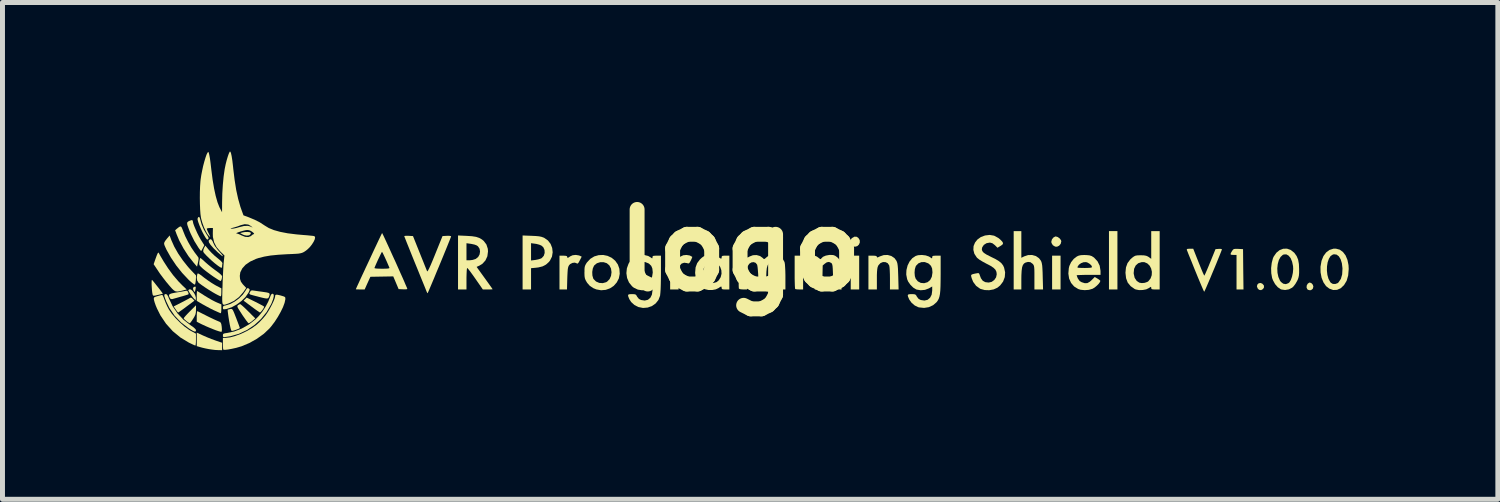
<source format=kicad_pcb>
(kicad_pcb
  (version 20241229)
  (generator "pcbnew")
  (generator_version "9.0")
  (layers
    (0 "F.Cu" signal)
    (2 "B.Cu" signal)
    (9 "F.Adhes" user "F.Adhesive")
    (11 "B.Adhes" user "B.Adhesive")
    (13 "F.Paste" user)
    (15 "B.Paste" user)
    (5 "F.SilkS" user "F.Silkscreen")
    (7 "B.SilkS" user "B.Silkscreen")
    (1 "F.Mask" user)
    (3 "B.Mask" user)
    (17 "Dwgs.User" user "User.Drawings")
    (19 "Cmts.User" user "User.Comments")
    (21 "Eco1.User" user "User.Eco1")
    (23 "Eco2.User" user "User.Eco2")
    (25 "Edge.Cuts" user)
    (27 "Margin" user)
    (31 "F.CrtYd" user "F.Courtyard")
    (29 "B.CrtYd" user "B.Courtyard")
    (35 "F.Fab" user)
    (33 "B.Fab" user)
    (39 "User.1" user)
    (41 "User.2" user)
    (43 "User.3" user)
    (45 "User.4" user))
  (footprint "logo"
    (layer "F.Cu")
    (at 11.838 1.985)
    (property "Reference" "logo" (at 0 0 0) (layer "F.SilkS") (effects (font (size 1.5 1.5) (thickness 0.3))))
    (attr board_only exclude_from_pos_files exclude_from_bom)
    (fp_poly (pts (xy 2.396 0.448) (xy 2.396 0.788) (xy 2.311 0.788) (xy 2.226 0.788) (xy 2.226 0.448) (xy 2.226 0.108) (xy 2.311 0.108) (xy 2.396 0.108)) (stroke (width 0) (type solid)) (fill yes) (layer "F.SilkS"))
    (fp_poly (pts (xy 6.447 0.448) (xy 6.447 0.788) (xy 6.362 0.788) (xy 6.277 0.788) (xy 6.277 0.448) (xy 6.277 0.108) (xy 6.362 0.108) (xy 6.447 0.108)) (stroke (width 0) (type solid)) (fill yes) (layer "F.SilkS"))
    (fp_poly (pts (xy 7.591 0.201) (xy 7.591 0.788) (xy 7.506 0.788) (xy 7.421 0.788) (xy 7.421 0.201) (xy 7.421 -0.386) (xy 7.506 -0.386) (xy 7.591 -0.386)) (stroke (width 0) (type solid)) (fill yes) (layer "F.SilkS"))
    (fp_poly (pts (xy -10.95 0.741) (xy -10.953 0.773) (xy -10.957 0.794) (xy -10.965 0.83) (xy -10.973 0.838) (xy -10.985 0.824) (xy -10.988 0.82) (xy -11.006 0.776) (xy -10.998 0.746) (xy -10.982 0.736) (xy -10.959 0.73)) (stroke (width 0) (type solid)) (fill yes) (layer "F.SilkS"))
    (fp_poly (pts (xy 10.506 0.672) (xy 10.537 0.706) (xy 10.54 0.746) (xy 10.519 0.78) (xy 10.48 0.802) (xy 10.44 0.795) (xy 10.412 0.767) (xy 10.397 0.724) (xy 10.407 0.688) (xy 10.434 0.663) (xy 10.473 0.658)) (stroke (width 0) (type solid)) (fill yes) (layer "F.SilkS"))
    (fp_poly (pts (xy -9.862 -0.363) (xy -9.857 -0.362) (xy -9.841 -0.348) (xy -9.849 -0.323) (xy -9.877 -0.301) (xy -9.922 -0.295) (xy -9.976 -0.305) (xy -10.01 -0.32) (xy -10.056 -0.346) (xy -10.018 -0.357) (xy -9.964 -0.367) (xy -9.907 -0.369)) (stroke (width 0) (type solid)) (fill yes) (layer "F.SilkS"))
    (fp_poly (pts (xy 11.496 0.663) (xy 11.523 0.695) (xy 11.533 0.732) (xy 11.52 0.776) (xy 11.486 0.801) (xy 11.463 0.804) (xy 11.428 0.796) (xy 11.412 0.785) (xy 11.396 0.75) (xy 11.399 0.709) (xy 11.419 0.672) (xy 11.45 0.651) (xy 11.463 0.649)) (stroke (width 0) (type solid)) (fill yes) (layer "F.SilkS"))
    (fp_poly (pts (xy 2.345 -0.272) (xy 2.381 -0.247) (xy 2.407 -0.204) (xy 2.409 -0.157) (xy 2.391 -0.115) (xy 2.358 -0.084) (xy 2.314 -0.072) (xy 2.277 -0.078) (xy 2.235 -0.108) (xy 2.214 -0.151) (xy 2.218 -0.199) (xy 2.246 -0.242) (xy 2.251 -0.246) (xy 2.301 -0.274)) (stroke (width 0) (type solid)) (fill yes) (layer "F.SilkS"))
    (fp_poly (pts (xy -11.043 0.792) (xy -11.013 0.82) (xy -10.983 0.862) (xy -10.96 0.908) (xy -10.948 0.951) (xy -10.948 0.967) (xy -10.953 1.007) (xy -10.994 0.964) (xy -11.024 0.928) (xy -11.055 0.884) (xy -11.082 0.842) (xy -11.098 0.811) (xy -11.1 0.802) (xy -11.087 0.791) (xy -11.07 0.784)) (stroke (width 0) (type solid)) (fill yes) (layer "F.SilkS"))
    (fp_poly (pts (xy 6.39 -0.267) (xy 6.429 -0.239) (xy 6.456 -0.203) (xy 6.462 -0.18) (xy 6.45 -0.13) (xy 6.418 -0.092) (xy 6.376 -0.072) (xy 6.338 -0.074) (xy 6.292 -0.102) (xy 6.265 -0.147) (xy 6.261 -0.172) (xy 6.273 -0.218) (xy 6.302 -0.256) (xy 6.34 -0.277) (xy 6.352 -0.278)) (stroke (width 0) (type solid)) (fill yes) (layer "F.SilkS"))
    (fp_poly (pts (xy 10.008 -0.028) (xy 10.022 -0.028) (xy 10.118 -0.023) (xy 10.122 0.383) (xy 10.127 0.788) (xy 10.057 0.788) (xy 9.987 0.788) (xy 9.987 0.441) (xy 9.987 0.093) (xy 9.925 0.093) (xy 9.884 0.091) (xy 9.867 0.081) (xy 9.872 0.057) (xy 9.894 0.019) (xy 9.913 -0.009) (xy 9.932 -0.024) (xy 9.96 -0.029)) (stroke (width 0) (type solid)) (fill yes) (layer "F.SilkS"))
    (fp_poly (pts (xy -10.802 1.715) (xy -10.724 1.749) (xy -10.635 1.785) (xy -10.555 1.814) (xy -10.547 1.817) (xy -10.42 1.86) (xy -10.42 1.935) (xy -10.42 2.01) (xy -10.501 2.008) (xy -10.56 2.005) (xy -10.632 1.996) (xy -10.69 1.987) (xy -10.757 1.974) (xy -10.821 1.959) (xy -10.864 1.947) (xy -10.93 1.928) (xy -10.93 1.792) (xy -10.93 1.656)) (stroke (width 0) (type solid)) (fill yes) (layer "F.SilkS"))
    (fp_poly (pts (xy -10.637 -0.218) (xy -10.612 -0.183) (xy -10.6 -0.153) (xy -10.566 -0.086) (xy -10.509 -0.01) (xy -10.479 0.023) (xy -10.432 0.076) (xy -10.407 0.109) (xy -10.405 0.121) (xy -10.423 0.112) (xy -10.462 0.081) (xy -10.512 0.037) (xy -10.595 -0.044) (xy -10.652 -0.109) (xy -10.685 -0.159) (xy -10.691 -0.192) (xy -10.688 -0.198) (xy -10.662 -0.223)) (stroke (width 0) (type solid)) (fill yes) (layer "F.SilkS"))
    (fp_poly (pts (xy -11.03 0.96) (xy -11.01 0.979) (xy -10.977 1.014) (xy -11.137 1.133) (xy -11.197 1.178) (xy -11.249 1.215) (xy -11.286 1.241) (xy -11.304 1.252) (xy -11.305 1.252) (xy -11.317 1.241) (xy -11.339 1.211) (xy -11.353 1.191) (xy -11.394 1.129) (xy -11.251 1.057) (xy -11.188 1.025) (xy -11.132 0.995) (xy -11.091 0.973) (xy -11.076 0.964) (xy -11.051 0.952)) (stroke (width 0) (type solid)) (fill yes) (layer "F.SilkS"))
    (fp_poly (pts (xy -9.754 1.036) (xy -9.687 1.07) (xy -9.632 1.099) (xy -9.592 1.121) (xy -9.575 1.133) (xy -9.574 1.133) (xy -9.579 1.151) (xy -9.596 1.182) (xy -9.621 1.216) (xy -9.644 1.242) (xy -9.659 1.251) (xy -9.675 1.242) (xy -9.71 1.218) (xy -9.761 1.182) (xy -9.82 1.138) (xy -9.829 1.132) (xy -9.987 1.014) (xy -9.956 0.983) (xy -9.925 0.952)) (stroke (width 0) (type solid)) (fill yes) (layer "F.SilkS"))
    (fp_poly (pts (xy -10.945 1.197) (xy -10.948 1.252) (xy -10.958 1.296) (xy -10.98 1.341) (xy -11.003 1.378) (xy -11.033 1.423) (xy -11.057 1.455) (xy -11.07 1.468) (xy -11.07 1.469) (xy -11.087 1.46) (xy -11.119 1.439) (xy -11.136 1.426) (xy -11.169 1.397) (xy -11.19 1.374) (xy -11.192 1.368) (xy -11.182 1.351) (xy -11.154 1.318) (xy -11.113 1.274) (xy -11.069 1.229) (xy -10.945 1.106)) (stroke (width 0) (type solid)) (fill yes) (layer "F.SilkS"))
    (fp_poly (pts (xy -10.875 -0.665) (xy -10.863 -0.632) (xy -10.861 -0.622) (xy -10.832 -0.519) (xy -10.786 -0.412) (xy -10.734 -0.323) (xy -10.705 -0.278) (xy -10.692 -0.25) (xy -10.694 -0.232) (xy -10.701 -0.222) (xy -10.714 -0.215) (xy -10.729 -0.223) (xy -10.75 -0.25) (xy -10.779 -0.298) (xy -10.813 -0.361) (xy -10.847 -0.433) (xy -10.877 -0.505) (xy -10.9 -0.568) (xy -10.913 -0.617) (xy -10.914 -0.633) (xy -10.904 -0.661) (xy -10.893 -0.67)) (stroke (width 0) (type solid)) (fill yes) (layer "F.SilkS"))
    (fp_poly (pts (xy -10.04 1.093) (xy -10.007 1.121) (xy -9.961 1.163) (xy -9.907 1.216) (xy -9.896 1.227) (xy -9.752 1.371) (xy -9.811 1.42) (xy -9.849 1.448) (xy -9.877 1.466) (xy -9.886 1.468) (xy -9.9 1.456) (xy -9.927 1.422) (xy -9.963 1.372) (xy -10.006 1.311) (xy -10.015 1.297) (xy -10.06 1.227) (xy -10.091 1.179) (xy -10.108 1.147) (xy -10.113 1.126) (xy -10.109 1.114) (xy -10.1 1.104) (xy -10.071 1.087) (xy -10.056 1.083)) (stroke (width 0) (type solid)) (fill yes) (layer "F.SilkS"))
    (fp_poly (pts (xy -11.83 0.595) (xy -11.81 0.617) (xy -11.779 0.655) (xy -11.742 0.702) (xy -11.702 0.752) (xy -11.665 0.8) (xy -11.635 0.84) (xy -11.616 0.866) (xy -11.613 0.873) (xy -11.629 0.878) (xy -11.667 0.888) (xy -11.713 0.899) (xy -11.765 0.911) (xy -11.795 0.914) (xy -11.809 0.909) (xy -11.816 0.895) (xy -11.818 0.89) (xy -11.825 0.853) (xy -11.831 0.802) (xy -11.835 0.745) (xy -11.838 0.688) (xy -11.838 0.639) (xy -11.836 0.606) (xy -11.831 0.595)) (stroke (width 0) (type solid)) (fill yes) (layer "F.SilkS"))
    (fp_poly (pts (xy -11.121 0.816) (xy -11.103 0.841) (xy -11.094 0.872) (xy -11.097 0.886) (xy -11.115 0.893) (xy -11.157 0.906) (xy -11.214 0.923) (xy -11.255 0.934) (xy -11.32 0.953) (xy -11.377 0.969) (xy -11.416 0.98) (xy -11.428 0.983) (xy -11.456 0.977) (xy -11.47 0.96) (xy -11.486 0.925) (xy -11.488 0.899) (xy -11.472 0.881) (xy -11.434 0.867) (xy -11.37 0.854) (xy -11.328 0.847) (xy -11.259 0.836) (xy -11.2 0.825) (xy -11.159 0.817) (xy -11.145 0.813)) (stroke (width 0) (type solid)) (fill yes) (layer "F.SilkS"))
    (fp_poly (pts (xy -11.528 0.892) (xy -11.506 0.927) (xy -11.489 0.97) (xy -11.416 1.125) (xy -11.317 1.27) (xy -11.196 1.398) (xy -11.056 1.507) (xy -11.053 1.509) (xy -10.989 1.554) (xy -10.954 1.588) (xy -10.945 1.609) (xy -10.95 1.63) (xy -10.966 1.636) (xy -10.997 1.626) (xy -11.047 1.598) (xy -11.093 1.568) (xy -11.247 1.45) (xy -11.376 1.314) (xy -11.48 1.161) (xy -11.543 1.029) (xy -11.569 0.962) (xy -11.582 0.919) (xy -11.582 0.894) (xy -11.569 0.883) (xy -11.549 0.881)) (stroke (width 0) (type solid)) (fill yes) (layer "F.SilkS"))
    (fp_poly (pts (xy -11.239 -0.47) (xy -11.221 -0.432) (xy -11.208 -0.398) (xy -11.163 -0.286) (xy -11.104 -0.168) (xy -11.04 -0.056) (xy -10.976 0.038) (xy -10.975 0.04) (xy -10.939 0.087) (xy -10.911 0.125) (xy -10.896 0.147) (xy -10.895 0.149) (xy -10.893 0.171) (xy -10.898 0.212) (xy -10.905 0.246) (xy -10.924 0.329) (xy -10.99 0.253) (xy -11.097 0.118) (xy -11.196 -0.036) (xy -11.282 -0.196) (xy -11.333 -0.317) (xy -11.365 -0.403) (xy -11.329 -0.434) (xy -11.286 -0.468) (xy -11.259 -0.481)) (stroke (width 0) (type solid)) (fill yes) (layer "F.SilkS"))
    (fp_poly (pts (xy -10.908 0.827) (xy -10.873 0.849) (xy -10.823 0.88) (xy -10.774 0.912) (xy -10.703 0.955) (xy -10.629 0.998) (xy -10.563 1.032) (xy -10.533 1.046) (xy -10.435 1.089) (xy -10.435 1.178) (xy -10.437 1.226) (xy -10.442 1.258) (xy -10.447 1.267) (xy -10.465 1.26) (xy -10.504 1.243) (xy -10.557 1.219) (xy -10.584 1.207) (xy -10.659 1.17) (xy -10.741 1.126) (xy -10.813 1.086) (xy -10.819 1.083) (xy -10.93 1.017) (xy -10.93 0.918) (xy -10.929 0.867) (xy -10.926 0.832) (xy -10.923 0.819)) (stroke (width 0) (type solid)) (fill yes) (layer "F.SilkS"))
    (fp_poly (pts (xy -10.683 -0.004) (xy -10.631 0.052) (xy -10.568 0.112) (xy -10.507 0.162) (xy -10.459 0.202) (xy -10.426 0.236) (xy -10.413 0.258) (xy -10.413 0.26) (xy -10.418 0.292) (xy -10.42 0.318) (xy -10.422 0.344) (xy -10.432 0.352) (xy -10.454 0.344) (xy -10.495 0.317) (xy -10.515 0.302) (xy -10.569 0.26) (xy -10.627 0.21) (xy -10.684 0.157) (xy -10.735 0.107) (xy -10.774 0.065) (xy -10.796 0.036) (xy -10.799 0.031) (xy -10.798 -0.003) (xy -10.785 -0.043) (xy -10.783 -0.046) (xy -10.758 -0.094)) (stroke (width 0) (type solid)) (fill yes) (layer "F.SilkS"))
    (fp_poly (pts (xy -9.893 0.764) (xy -9.879 0.773) (xy -9.867 0.785) (xy -9.868 0.805) (xy -9.883 0.84) (xy -9.892 0.857) (xy -9.95 0.94) (xy -10.031 1.02) (xy -10.126 1.09) (xy -10.228 1.146) (xy -10.329 1.18) (xy -10.346 1.183) (xy -10.384 1.188) (xy -10.4 1.182) (xy -10.404 1.161) (xy -10.404 1.155) (xy -10.399 1.129) (xy -10.379 1.115) (xy -10.346 1.108) (xy -10.258 1.081) (xy -10.166 1.032) (xy -10.078 0.967) (xy -10.002 0.891) (xy -9.948 0.812) (xy -9.926 0.775) (xy -9.911 0.761)) (stroke (width 0) (type solid)) (fill yes) (layer "F.SilkS"))
    (fp_poly (pts (xy -11.441 -0.204) (xy -11.383 -0.074) (xy -11.304 0.065) (xy -11.209 0.204) (xy -11.104 0.336) (xy -11.042 0.404) (xy -10.944 0.507) (xy -10.948 0.596) (xy -10.954 0.645) (xy -10.962 0.68) (xy -10.97 0.691) (xy -10.987 0.683) (xy -11.021 0.658) (xy -11.065 0.62) (xy -11.095 0.592) (xy -11.223 0.456) (xy -11.343 0.305) (xy -11.45 0.146) (xy -11.538 -0.01) (xy -11.564 -0.067) (xy -11.581 -0.106) (xy -11.587 -0.136) (xy -11.58 -0.164) (xy -11.559 -0.197) (xy -11.52 -0.246) (xy -11.513 -0.253) (xy -11.476 -0.298)) (stroke (width 0) (type solid)) (fill yes) (layer "F.SilkS"))
    (fp_poly (pts (xy -9.787 0.81) (xy -9.746 0.816) (xy -9.685 0.825) (xy -9.616 0.834) (xy -9.597 0.837) (xy -9.528 0.847) (xy -9.486 0.857) (xy -9.466 0.871) (xy -9.464 0.894) (xy -9.474 0.928) (xy -9.476 0.934) (xy -9.486 0.954) (xy -9.499 0.966) (xy -9.521 0.97) (xy -9.557 0.966) (xy -9.612 0.954) (xy -9.692 0.934) (xy -9.693 0.933) (xy -9.771 0.913) (xy -9.823 0.899) (xy -9.855 0.889) (xy -9.869 0.879) (xy -9.871 0.868) (xy -9.865 0.853) (xy -9.86 0.842) (xy -9.843 0.815) (xy -9.82 0.806)) (stroke (width 0) (type solid)) (fill yes) (layer "F.SilkS"))
    (fp_poly (pts (xy -11.694 0.052) (xy -11.692 0.056) (xy -11.682 0.076) (xy -11.66 0.116) (xy -11.628 0.17) (xy -11.595 0.226) (xy -11.505 0.365) (xy -11.405 0.501) (xy -11.3 0.624) (xy -11.219 0.707) (xy -11.133 0.788) (xy -11.19 0.803) (xy -11.262 0.822) (xy -11.314 0.83) (xy -11.353 0.827) (xy -11.387 0.809) (xy -11.426 0.773) (xy -11.476 0.717) (xy -11.483 0.708) (xy -11.543 0.637) (xy -11.608 0.553) (xy -11.67 0.47) (xy -11.697 0.43) (xy -11.797 0.28) (xy -11.759 0.17) (xy -11.734 0.102) (xy -11.716 0.061) (xy -11.703 0.046)) (stroke (width 0) (type solid)) (fill yes) (layer "F.SilkS"))
    (fp_poly (pts (xy -11.015 -0.603) (xy -11.007 -0.578) (xy -11.007 -0.573) (xy -11 -0.54) (xy -10.981 -0.487) (xy -10.953 -0.421) (xy -10.921 -0.349) (xy -10.886 -0.28) (xy -10.852 -0.219) (xy -10.841 -0.202) (xy -10.778 -0.102) (xy -10.808 -0.043) (xy -10.827 -0.007) (xy -10.84 0.013) (xy -10.843 0.015) (xy -10.853 0.004) (xy -10.876 -0.025) (xy -10.894 -0.05) (xy -10.977 -0.183) (xy -11.049 -0.328) (xy -11.074 -0.386) (xy -11.102 -0.46) (xy -11.119 -0.51) (xy -11.124 -0.543) (xy -11.119 -0.564) (xy -11.102 -0.579) (xy -11.079 -0.591) (xy -11.037 -0.607)) (stroke (width 0) (type solid)) (fill yes) (layer "F.SilkS"))
    (fp_poly (pts (xy -10.885 0.474) (xy -10.852 0.496) (xy -10.801 0.535) (xy -10.776 0.555) (xy -10.707 0.605) (xy -10.635 0.654) (xy -10.568 0.695) (xy -10.538 0.712) (xy -10.435 0.765) (xy -10.435 0.846) (xy -10.437 0.892) (xy -10.442 0.921) (xy -10.447 0.927) (xy -10.465 0.92) (xy -10.503 0.902) (xy -10.551 0.877) (xy -10.551 0.877) (xy -10.614 0.841) (xy -10.687 0.796) (xy -10.762 0.747) (xy -10.83 0.7) (xy -10.882 0.661) (xy -10.895 0.651) (xy -10.922 0.608) (xy -10.93 0.547) (xy -10.92 0.484) (xy -10.915 0.47) (xy -10.905 0.466)) (stroke (width 0) (type solid)) (fill yes) (layer "F.SilkS"))
    (fp_poly (pts (xy -10.223 1.182) (xy -10.209 1.195) (xy -10.194 1.222) (xy -10.174 1.269) (xy -10.147 1.338) (xy -10.137 1.363) (xy -10.11 1.435) (xy -10.087 1.495) (xy -10.071 1.54) (xy -10.064 1.562) (xy -10.064 1.564) (xy -10.077 1.574) (xy -10.11 1.588) (xy -10.152 1.604) (xy -10.194 1.617) (xy -10.224 1.623) (xy -10.227 1.623) (xy -10.237 1.608) (xy -10.25 1.566) (xy -10.265 1.498) (xy -10.28 1.413) (xy -10.292 1.337) (xy -10.301 1.272) (xy -10.307 1.224) (xy -10.308 1.199) (xy -10.308 1.197) (xy -10.29 1.19) (xy -10.256 1.182) (xy -10.238 1.179)) (stroke (width 0) (type solid)) (fill yes) (layer "F.SilkS"))
    (fp_poly (pts (xy -10.918 1.224) (xy -10.901 1.232) (xy -10.861 1.252) (xy -10.806 1.28) (xy -10.74 1.313) (xy -10.737 1.315) (xy -10.664 1.351) (xy -10.595 1.384) (xy -10.538 1.41) (xy -10.503 1.425) (xy -10.467 1.44) (xy -10.447 1.457) (xy -10.436 1.486) (xy -10.428 1.536) (xy -10.428 1.538) (xy -10.424 1.588) (xy -10.426 1.626) (xy -10.43 1.639) (xy -10.449 1.639) (xy -10.489 1.628) (xy -10.546 1.609) (xy -10.605 1.586) (xy -10.681 1.555) (xy -10.755 1.523) (xy -10.818 1.494) (xy -10.849 1.479) (xy -10.93 1.437) (xy -10.93 1.328) (xy -10.928 1.275) (xy -10.924 1.238) (xy -10.919 1.224)) (stroke (width 0) (type solid)) (fill yes) (layer "F.SilkS"))
    (fp_poly (pts (xy -10.843 0.164) (xy -10.812 0.19) (xy -10.77 0.228) (xy -10.756 0.241) (xy -10.698 0.291) (xy -10.627 0.348) (xy -10.557 0.401) (xy -10.541 0.412) (xy -10.486 0.453) (xy -10.445 0.489) (xy -10.422 0.516) (xy -10.42 0.523) (xy -10.425 0.564) (xy -10.435 0.599) (xy -10.449 0.618) (xy -10.451 0.618) (xy -10.469 0.61) (xy -10.505 0.588) (xy -10.556 0.555) (xy -10.6 0.526) (xy -10.667 0.478) (xy -10.734 0.428) (xy -10.79 0.384) (xy -10.812 0.365) (xy -10.852 0.327) (xy -10.874 0.301) (xy -10.881 0.275) (xy -10.879 0.242) (xy -10.877 0.225) (xy -10.869 0.184) (xy -10.861 0.158) (xy -10.858 0.155)) (stroke (width 0) (type solid)) (fill yes) (layer "F.SilkS"))
    (fp_poly (pts (xy -1.011 0.105) (xy -0.962 0.132) (xy -0.965 0.146) (xy -0.979 0.18) (xy -0.991 0.205) (xy -1.012 0.245) (xy -1.029 0.263) (xy -1.048 0.264) (xy -1.066 0.258) (xy -1.125 0.25) (xy -1.177 0.268) (xy -1.213 0.309) (xy -1.224 0.337) (xy -1.231 0.381) (xy -1.235 0.443) (xy -1.237 0.529) (xy -1.237 0.571) (xy -1.237 0.788) (xy -1.322 0.788) (xy -1.407 0.788) (xy -1.407 0.448) (xy -1.407 0.108) (xy -1.322 0.108) (xy -1.271 0.11) (xy -1.245 0.117) (xy -1.237 0.131) (xy -1.237 0.133) (xy -1.233 0.146) (xy -1.217 0.14) (xy -1.196 0.125) (xy -1.142 0.1) (xy -1.077 0.094)) (stroke (width 0) (type solid)) (fill yes) (layer "F.SilkS"))
    (fp_poly (pts (xy -9.384 0.886) (xy -9.38 0.922) (xy -9.393 0.98) (xy -9.422 1.057) (xy -9.436 1.088) (xy -9.525 1.243) (xy -9.638 1.383) (xy -9.771 1.504) (xy -9.921 1.604) (xy -10.083 1.68) (xy -10.254 1.729) (xy -10.323 1.74) (xy -10.37 1.746) (xy -10.394 1.744) (xy -10.403 1.733) (xy -10.404 1.712) (xy -10.401 1.689) (xy -10.387 1.676) (xy -10.353 1.668) (xy -10.324 1.664) (xy -10.176 1.633) (xy -10.026 1.575) (xy -9.883 1.494) (xy -9.754 1.394) (xy -9.683 1.324) (xy -9.613 1.238) (xy -9.548 1.139) (xy -9.494 1.038) (xy -9.456 0.945) (xy -9.453 0.936) (xy -9.435 0.892) (xy -9.412 0.874) (xy -9.405 0.873)) (stroke (width 0) (type solid)) (fill yes) (layer "F.SilkS"))
    (fp_poly (pts (xy -3.24 0.104) (xy -3.225 0.11) (xy -3.186 0.128) (xy -3.225 0.204) (xy -3.249 0.248) (xy -3.266 0.267) (xy -3.281 0.266) (xy -3.285 0.263) (xy -3.324 0.248) (xy -3.372 0.254) (xy -3.417 0.277) (xy -3.437 0.297) (xy -3.45 0.318) (xy -3.459 0.344) (xy -3.466 0.38) (xy -3.47 0.433) (xy -3.474 0.508) (xy -3.476 0.564) (xy -3.482 0.788) (xy -3.558 0.788) (xy -3.633 0.788) (xy -3.633 0.448) (xy -3.633 0.108) (xy -3.556 0.108) (xy -3.507 0.111) (xy -3.483 0.119) (xy -3.478 0.131) (xy -3.474 0.151) (xy -3.459 0.15) (xy -3.427 0.129) (xy -3.421 0.124) (xy -3.369 0.1) (xy -3.305 0.093)) (stroke (width 0) (type solid)) (fill yes) (layer "F.SilkS"))
    (fp_poly (pts (xy -11.614 0.91) (xy -11.598 0.945) (xy -11.58 0.994) (xy -11.554 1.06) (xy -11.52 1.135) (xy -11.49 1.191) (xy -11.433 1.274) (xy -11.357 1.363) (xy -11.269 1.452) (xy -11.178 1.532) (xy -11.09 1.596) (xy -11.058 1.616) (xy -10.946 1.677) (xy -10.946 1.797) (xy -10.947 1.854) (xy -10.951 1.896) (xy -10.956 1.916) (xy -10.957 1.917) (xy -10.976 1.91) (xy -11.014 1.893) (xy -11.066 1.868) (xy -11.089 1.857) (xy -11.259 1.754) (xy -11.413 1.627) (xy -11.547 1.478) (xy -11.66 1.311) (xy -11.73 1.171) (xy -11.756 1.109) (xy -11.777 1.049) (xy -11.789 1.005) (xy -11.791 0.999) (xy -11.794 0.968) (xy -11.788 0.949) (xy -11.765 0.936) (xy -11.72 0.922) (xy -11.717 0.921) (xy -11.67 0.908) (xy -11.635 0.899) (xy -11.624 0.897)) (stroke (width 0) (type solid)) (fill yes) (layer "F.SilkS"))
    (fp_poly (pts (xy 5.658 -0.118) (xy 5.658 0.151) (xy 5.716 0.122) (xy 5.795 0.096) (xy 5.876 0.095) (xy 5.951 0.116) (xy 6.013 0.159) (xy 6.051 0.209) (xy 6.063 0.236) (xy 6.071 0.268) (xy 6.078 0.31) (xy 6.082 0.368) (xy 6.086 0.447) (xy 6.088 0.528) (xy 6.095 0.788) (xy 6.008 0.788) (xy 5.921 0.788) (xy 5.921 0.548) (xy 5.921 0.457) (xy 5.92 0.391) (xy 5.917 0.346) (xy 5.912 0.316) (xy 5.904 0.296) (xy 5.893 0.28) (xy 5.883 0.27) (xy 5.84 0.239) (xy 5.792 0.234) (xy 5.743 0.247) (xy 5.712 0.266) (xy 5.689 0.297) (xy 5.673 0.344) (xy 5.664 0.412) (xy 5.659 0.504) (xy 5.658 0.579) (xy 5.658 0.788) (xy 5.581 0.788) (xy 5.504 0.788) (xy 5.504 0.201) (xy 5.504 -0.386) (xy 5.581 -0.386) (xy 5.658 -0.386)) (stroke (width 0) (type solid)) (fill yes) (layer "F.SilkS"))
    (fp_poly (pts (xy -4.193 -0.291) (xy -4.107 -0.287) (xy -4.044 -0.281) (xy -3.996 -0.271) (xy -3.956 -0.257) (xy -3.94 -0.25) (xy -3.866 -0.198) (xy -3.812 -0.129) (xy -3.78 -0.047) (xy -3.77 0.04) (xy -3.784 0.127) (xy -3.824 0.207) (xy -3.845 0.234) (xy -3.905 0.288) (xy -3.974 0.324) (xy -4.059 0.345) (xy -4.108 0.351) (xy -4.205 0.36) (xy -4.205 0.574) (xy -4.205 0.788) (xy -4.29 0.788) (xy -4.375 0.788) (xy -4.375 0.245) (xy -4.375 -0.143) (xy -4.205 -0.143) (xy -4.205 0.031) (xy -4.205 0.205) (xy -4.116 0.194) (xy -4.06 0.183) (xy -4.01 0.167) (xy -3.989 0.156) (xy -3.949 0.111) (xy -3.931 0.054) (xy -3.934 -0.006) (xy -3.958 -0.06) (xy -3.997 -0.095) (xy -4.04 -0.113) (xy -4.096 -0.128) (xy -4.124 -0.132) (xy -4.205 -0.143) (xy -4.375 -0.143) (xy -4.375 -0.298)) (stroke (width 0) (type solid)) (fill yes) (layer "F.SilkS"))
    (fp_poly (pts (xy 3.043 0.115) (xy 3.106 0.157) (xy 3.144 0.209) (xy 3.156 0.236) (xy 3.165 0.268) (xy 3.171 0.31) (xy 3.176 0.368) (xy 3.179 0.447) (xy 3.182 0.528) (xy 3.189 0.788) (xy 3.102 0.788) (xy 3.015 0.788) (xy 3.015 0.565) (xy 3.014 0.482) (xy 3.011 0.407) (xy 3.007 0.347) (xy 3.001 0.309) (xy 2.999 0.302) (xy 2.969 0.259) (xy 2.925 0.238) (xy 2.874 0.237) (xy 2.825 0.257) (xy 2.786 0.298) (xy 2.779 0.31) (xy 2.767 0.339) (xy 2.76 0.376) (xy 2.755 0.427) (xy 2.752 0.497) (xy 2.752 0.576) (xy 2.752 0.788) (xy 2.667 0.788) (xy 2.582 0.788) (xy 2.582 0.448) (xy 2.582 0.108) (xy 2.667 0.108) (xy 2.718 0.11) (xy 2.744 0.118) (xy 2.752 0.131) (xy 2.756 0.144) (xy 2.774 0.141) (xy 2.81 0.124) (xy 2.888 0.097) (xy 2.968 0.094)) (stroke (width 0) (type solid)) (fill yes) (layer "F.SilkS"))
    (fp_poly (pts (xy -9.304 0.895) (xy -9.25 0.907) (xy -9.237 0.911) (xy -9.186 0.926) (xy -9.159 0.938) (xy -9.148 0.954) (xy -9.148 0.979) (xy -9.148 0.988) (xy -9.163 1.057) (xy -9.195 1.144) (xy -9.242 1.24) (xy -9.299 1.341) (xy -9.363 1.44) (xy -9.432 1.531) (xy -9.467 1.572) (xy -9.582 1.681) (xy -9.72 1.78) (xy -9.871 1.865) (xy -10.028 1.931) (xy -10.134 1.962) (xy -10.224 1.982) (xy -10.3 1.996) (xy -10.356 2.002) (xy -10.39 2.001) (xy -10.396 1.998) (xy -10.4 1.979) (xy -10.403 1.938) (xy -10.404 1.883) (xy -10.404 1.876) (xy -10.404 1.762) (xy -10.354 1.762) (xy -10.261 1.752) (xy -10.154 1.723) (xy -10.038 1.68) (xy -9.923 1.625) (xy -9.814 1.562) (xy -9.723 1.495) (xy -9.663 1.44) (xy -9.599 1.372) (xy -9.544 1.306) (xy -9.54 1.3) (xy -9.499 1.24) (xy -9.458 1.17) (xy -9.419 1.097) (xy -9.386 1.027) (xy -9.363 0.969) (xy -9.353 0.928) (xy -9.353 0.925) (xy -9.35 0.903) (xy -9.335 0.893)) (stroke (width 0) (type solid)) (fill yes) (layer "F.SilkS"))
    (fp_poly (pts (xy 9.223 0.24) (xy 9.257 0.324) (xy 9.287 0.398) (xy 9.312 0.457) (xy 9.33 0.495) (xy 9.338 0.51) (xy 9.339 0.51) (xy 9.347 0.496) (xy 9.365 0.459) (xy 9.39 0.401) (xy 9.421 0.328) (xy 9.455 0.244) (xy 9.456 0.243) (xy 9.564 -0.023) (xy 9.629 -0.028) (xy 9.668 -0.028) (xy 9.691 -0.023) (xy 9.693 -0.02) (xy 9.688 -0.002) (xy 9.672 0.039) (xy 9.648 0.1) (xy 9.617 0.176) (xy 9.582 0.263) (xy 9.543 0.357) (xy 9.503 0.452) (xy 9.464 0.546) (xy 9.427 0.633) (xy 9.394 0.71) (xy 9.367 0.772) (xy 9.347 0.815) (xy 9.337 0.834) (xy 9.337 0.835) (xy 9.329 0.821) (xy 9.311 0.782) (xy 9.285 0.722) (xy 9.252 0.644) (xy 9.213 0.551) (xy 9.171 0.448) (xy 9.163 0.429) (xy 9.12 0.323) (xy 9.081 0.225) (xy 9.046 0.14) (xy 9.018 0.071) (xy 8.999 0.022) (xy 8.989 -0.003) (xy 8.988 -0.004) (xy 8.987 -0.021) (xy 9.002 -0.029) (xy 9.04 -0.031) (xy 9.047 -0.031) (xy 9.116 -0.031)) (stroke (width 0) (type solid)) (fill yes) (layer "F.SilkS"))
    (fp_poly (pts (xy 12.062 -0.013) (xy 12.127 0.033) (xy 12.18 0.102) (xy 12.218 0.192) (xy 12.24 0.299) (xy 12.244 0.376) (xy 12.233 0.506) (xy 12.202 0.614) (xy 12.149 0.701) (xy 12.149 0.701) (xy 12.082 0.764) (xy 12.009 0.796) (xy 11.931 0.799) (xy 11.853 0.771) (xy 11.788 0.721) (xy 11.736 0.646) (xy 11.698 0.553) (xy 11.678 0.446) (xy 11.677 0.41) (xy 11.805 0.41) (xy 11.815 0.496) (xy 11.837 0.574) (xy 11.872 0.638) (xy 11.884 0.653) (xy 11.923 0.676) (xy 11.973 0.678) (xy 12.021 0.661) (xy 12.039 0.645) (xy 12.086 0.575) (xy 12.112 0.485) (xy 12.118 0.374) (xy 12.118 0.36) (xy 12.106 0.26) (xy 12.081 0.18) (xy 12.045 0.121) (xy 12 0.087) (xy 11.948 0.08) (xy 11.924 0.086) (xy 11.879 0.116) (xy 11.845 0.17) (xy 11.82 0.241) (xy 11.807 0.323) (xy 11.805 0.41) (xy 11.677 0.41) (xy 11.676 0.332) (xy 11.677 0.325) (xy 11.697 0.212) (xy 11.735 0.117) (xy 11.789 0.044) (xy 11.857 -0.007) (xy 11.936 -0.032) (xy 11.986 -0.033)) (stroke (width 0) (type solid)) (fill yes) (layer "F.SilkS"))
    (fp_poly (pts (xy -2.666 0.112) (xy -2.583 0.151) (xy -2.513 0.209) (xy -2.459 0.285) (xy -2.428 0.372) (xy -2.421 0.473) (xy -2.439 0.566) (xy -2.481 0.647) (xy -2.541 0.715) (xy -2.616 0.765) (xy -2.702 0.796) (xy -2.796 0.804) (xy -2.892 0.787) (xy -2.955 0.761) (xy -3.023 0.715) (xy -3.074 0.657) (xy -3.084 0.642) (xy -3.108 0.6) (xy -3.122 0.563) (xy -3.129 0.519) (xy -3.131 0.458) (xy -3.131 0.442) (xy -3.13 0.436) (xy -2.974 0.436) (xy -2.971 0.507) (xy -2.954 0.567) (xy -2.946 0.58) (xy -2.898 0.628) (xy -2.833 0.656) (xy -2.763 0.661) (xy -2.694 0.642) (xy -2.673 0.629) (xy -2.625 0.58) (xy -2.596 0.514) (xy -2.586 0.44) (xy -2.597 0.366) (xy -2.63 0.303) (xy -2.681 0.26) (xy -2.746 0.239) (xy -2.815 0.24) (xy -2.881 0.261) (xy -2.933 0.304) (xy -2.939 0.312) (xy -2.963 0.367) (xy -2.974 0.436) (xy -3.13 0.436) (xy -3.13 0.377) (xy -3.125 0.333) (xy -3.113 0.298) (xy -3.093 0.263) (xy -3.081 0.245) (xy -3.013 0.172) (xy -2.933 0.123) (xy -2.845 0.098) (xy -2.754 0.094)) (stroke (width 0) (type solid)) (fill yes) (layer "F.SilkS"))
    (fp_poly (pts (xy -6.668 -0.291) (xy -6.58 -0.286) (xy -6.444 0.054) (xy -6.405 0.151) (xy -6.369 0.24) (xy -6.339 0.316) (xy -6.315 0.375) (xy -6.3 0.412) (xy -6.296 0.422) (xy -6.289 0.423) (xy -6.275 0.403) (xy -6.254 0.362) (xy -6.224 0.297) (xy -6.186 0.207) (xy -6.138 0.09) (xy -6.135 0.082) (xy -5.986 -0.286) (xy -5.899 -0.291) (xy -5.847 -0.291) (xy -5.818 -0.285) (xy -5.813 -0.279) (xy -5.819 -0.263) (xy -5.835 -0.221) (xy -5.86 -0.159) (xy -5.892 -0.079) (xy -5.93 0.014) (xy -5.972 0.117) (xy -6.017 0.226) (xy -6.063 0.337) (xy -6.109 0.446) (xy -6.152 0.551) (xy -6.192 0.646) (xy -6.227 0.729) (xy -6.255 0.795) (xy -6.275 0.841) (xy -6.285 0.863) (xy -6.286 0.864) (xy -6.294 0.856) (xy -6.305 0.833) (xy -6.314 0.811) (xy -6.333 0.763) (xy -6.361 0.694) (xy -6.397 0.606) (xy -6.439 0.503) (xy -6.485 0.389) (xy -6.535 0.267) (xy -6.538 0.26) (xy -6.587 0.139) (xy -6.632 0.027) (xy -6.672 -0.073) (xy -6.706 -0.157) (xy -6.732 -0.223) (xy -6.749 -0.266) (xy -6.756 -0.285) (xy -6.756 -0.285) (xy -6.742 -0.29) (xy -6.706 -0.292)) (stroke (width 0) (type solid)) (fill yes) (layer "F.SilkS"))
    (fp_poly (pts (xy 11.077 -0.007) (xy 11.144 0.046) (xy 11.151 0.053) (xy 11.196 0.116) (xy 11.226 0.188) (xy 11.242 0.277) (xy 11.246 0.379) (xy 11.246 0.453) (xy 11.242 0.507) (xy 11.233 0.549) (xy 11.219 0.59) (xy 11.203 0.622) (xy 11.171 0.677) (xy 11.133 0.727) (xy 11.106 0.752) (xy 11.04 0.786) (xy 10.964 0.799) (xy 10.892 0.789) (xy 10.875 0.783) (xy 10.817 0.743) (xy 10.763 0.681) (xy 10.721 0.605) (xy 10.703 0.558) (xy 10.686 0.463) (xy 10.683 0.364) (xy 10.807 0.364) (xy 10.811 0.453) (xy 10.829 0.537) (xy 10.86 0.608) (xy 10.88 0.636) (xy 10.927 0.672) (xy 10.979 0.681) (xy 11.03 0.662) (xy 11.051 0.645) (xy 11.079 0.599) (xy 11.103 0.532) (xy 11.12 0.454) (xy 11.127 0.375) (xy 11.124 0.319) (xy 11.105 0.229) (xy 11.075 0.157) (xy 11.035 0.108) (xy 10.989 0.082) (xy 10.939 0.084) (xy 10.917 0.093) (xy 10.872 0.135) (xy 10.838 0.198) (xy 10.816 0.277) (xy 10.807 0.364) (xy 10.683 0.364) (xy 10.683 0.358) (xy 10.695 0.254) (xy 10.719 0.162) (xy 10.734 0.128) (xy 10.788 0.05) (xy 10.853 -0.003) (xy 10.926 -0.031) (xy 11.002 -0.033)) (stroke (width 0) (type solid)) (fill yes) (layer "F.SilkS"))
    (fp_poly (pts (xy -5.5 -0.29) (xy -5.393 -0.283) (xy -5.31 -0.27) (xy -5.245 -0.248) (xy -5.192 -0.217) (xy -5.158 -0.189) (xy -5.103 -0.117) (xy -5.075 -0.031) (xy -5.071 0.023) (xy -5.084 0.121) (xy -5.123 0.205) (xy -5.184 0.272) (xy -5.243 0.308) (xy -5.3 0.334) (xy -5.139 0.557) (xy -5.087 0.629) (xy -5.042 0.692) (xy -5.007 0.741) (xy -4.985 0.773) (xy -4.978 0.784) (xy -4.992 0.786) (xy -5.029 0.788) (xy -5.076 0.788) (xy -5.175 0.788) (xy -5.325 0.572) (xy -5.375 0.501) (xy -5.42 0.439) (xy -5.456 0.392) (xy -5.48 0.363) (xy -5.489 0.356) (xy -5.495 0.37) (xy -5.499 0.411) (xy -5.502 0.474) (xy -5.504 0.553) (xy -5.504 0.572) (xy -5.504 0.788) (xy -5.589 0.788) (xy -5.674 0.788) (xy -5.674 0.245) (xy -5.674 -0.142) (xy -5.504 -0.142) (xy -5.504 0.029) (xy -5.504 0.201) (xy -5.438 0.201) (xy -5.381 0.194) (xy -5.326 0.177) (xy -5.318 0.174) (xy -5.269 0.135) (xy -5.24 0.083) (xy -5.231 0.024) (xy -5.241 -0.032) (xy -5.273 -0.08) (xy -5.301 -0.099) (xy -5.34 -0.114) (xy -5.394 -0.126) (xy -5.422 -0.131) (xy -5.504 -0.142) (xy -5.674 -0.142) (xy -5.674 -0.298)) (stroke (width 0) (type solid)) (fill yes) (layer "F.SilkS"))
    (fp_poly (pts (xy 8.441 0.201) (xy 8.441 0.788) (xy 8.356 0.788) (xy 8.307 0.787) (xy 8.281 0.781) (xy 8.272 0.768) (xy 8.271 0.757) (xy 8.269 0.738) (xy 8.26 0.736) (xy 8.236 0.752) (xy 8.224 0.76) (xy 8.17 0.786) (xy 8.1 0.799) (xy 8.026 0.801) (xy 7.96 0.788) (xy 7.938 0.779) (xy 7.856 0.721) (xy 7.798 0.65) (xy 7.765 0.562) (xy 7.753 0.455) (xy 7.918 0.455) (xy 7.919 0.474) (xy 7.938 0.555) (xy 7.979 0.616) (xy 8.031 0.651) (xy 8.08 0.66) (xy 8.138 0.655) (xy 8.191 0.637) (xy 8.212 0.624) (xy 8.258 0.566) (xy 8.281 0.501) (xy 8.284 0.432) (xy 8.269 0.366) (xy 8.238 0.308) (xy 8.192 0.264) (xy 8.134 0.239) (xy 8.08 0.238) (xy 8.01 0.26) (xy 7.959 0.305) (xy 7.927 0.371) (xy 7.918 0.455) (xy 7.753 0.455) (xy 7.753 0.454) (xy 7.753 0.448) (xy 7.763 0.344) (xy 7.794 0.258) (xy 7.849 0.185) (xy 7.89 0.148) (xy 7.924 0.123) (xy 7.956 0.108) (xy 7.996 0.102) (xy 8.055 0.1) (xy 8.06 0.1) (xy 8.124 0.102) (xy 8.169 0.11) (xy 8.204 0.125) (xy 8.221 0.136) (xy 8.271 0.172) (xy 8.271 -0.107) (xy 8.271 -0.386) (xy 8.356 -0.386) (xy 8.441 -0.386)) (stroke (width 0) (type solid)) (fill yes) (layer "F.SilkS"))
    (fp_poly (pts (xy -0.533 0.103) (xy -0.488 0.11) (xy -0.453 0.126) (xy -0.438 0.135) (xy -0.4 0.161) (xy -0.379 0.168) (xy -0.372 0.156) (xy -0.371 0.139) (xy -0.367 0.121) (xy -0.35 0.111) (xy -0.312 0.108) (xy -0.294 0.108) (xy -0.216 0.108) (xy -0.216 0.448) (xy -0.216 0.788) (xy -0.294 0.788) (xy -0.34 0.787) (xy -0.363 0.78) (xy -0.371 0.765) (xy -0.371 0.758) (xy -0.373 0.734) (xy -0.385 0.729) (xy -0.411 0.744) (xy -0.433 0.76) (xy -0.489 0.786) (xy -0.56 0.799) (xy -0.635 0.799) (xy -0.702 0.784) (xy -0.711 0.78) (xy -0.795 0.728) (xy -0.854 0.658) (xy -0.89 0.569) (xy -0.904 0.459) (xy -0.904 0.448) (xy -0.9 0.403) (xy -0.739 0.403) (xy -0.739 0.456) (xy -0.739 0.467) (xy -0.722 0.551) (xy -0.685 0.611) (xy -0.629 0.648) (xy -0.557 0.659) (xy -0.533 0.658) (xy -0.473 0.64) (xy -0.43 0.605) (xy -0.39 0.541) (xy -0.373 0.471) (xy -0.377 0.401) (xy -0.4 0.336) (xy -0.44 0.282) (xy -0.495 0.247) (xy -0.533 0.238) (xy -0.602 0.241) (xy -0.659 0.269) (xy -0.708 0.325) (xy -0.73 0.363) (xy -0.739 0.403) (xy -0.9 0.403) (xy -0.895 0.344) (xy -0.863 0.258) (xy -0.808 0.185) (xy -0.768 0.148) (xy -0.733 0.123) (xy -0.701 0.108) (xy -0.661 0.102) (xy -0.602 0.1) (xy -0.598 0.1)) (stroke (width 0) (type solid)) (fill yes) (layer "F.SilkS"))
    (fp_poly (pts (xy 6.965 0.096) (xy 7.028 0.102) (xy 7.073 0.116) (xy 7.114 0.142) (xy 7.122 0.148) (xy 7.191 0.222) (xy 7.234 0.31) (xy 7.25 0.408) (xy 7.251 0.413) (xy 7.251 0.495) (xy 7.011 0.495) (xy 6.929 0.495) (xy 6.859 0.497) (xy 6.806 0.499) (xy 6.776 0.501) (xy 6.771 0.503) (xy 6.777 0.521) (xy 6.79 0.556) (xy 6.794 0.565) (xy 6.831 0.618) (xy 6.871 0.642) (xy 6.935 0.662) (xy 6.986 0.66) (xy 7.035 0.633) (xy 7.071 0.601) (xy 7.135 0.537) (xy 7.188 0.568) (xy 7.223 0.591) (xy 7.245 0.611) (xy 7.247 0.615) (xy 7.24 0.638) (xy 7.215 0.673) (xy 7.178 0.711) (xy 7.135 0.747) (xy 7.093 0.773) (xy 7.088 0.775) (xy 7.016 0.796) (xy 6.932 0.802) (xy 6.85 0.794) (xy 6.802 0.779) (xy 6.72 0.728) (xy 6.659 0.657) (xy 6.619 0.569) (xy 6.604 0.469) (xy 6.613 0.36) (xy 6.616 0.347) (xy 6.787 0.347) (xy 6.801 0.351) (xy 6.84 0.354) (xy 6.896 0.355) (xy 6.934 0.356) (xy 7.006 0.354) (xy 7.051 0.351) (xy 7.075 0.344) (xy 7.08 0.335) (xy 7.067 0.305) (xy 7.035 0.274) (xy 6.992 0.248) (xy 6.962 0.238) (xy 6.911 0.24) (xy 6.86 0.259) (xy 6.817 0.29) (xy 6.791 0.327) (xy 6.787 0.347) (xy 6.616 0.347) (xy 6.624 0.315) (xy 6.659 0.24) (xy 6.712 0.173) (xy 6.776 0.124) (xy 6.814 0.107) (xy 6.858 0.098) (xy 6.919 0.095)) (stroke (width 0) (type solid)) (fill yes) (layer "F.SilkS"))
    (fp_poly (pts (xy -7.195 -0.335) (xy -7.176 -0.298) (xy -7.149 -0.241) (xy -7.114 -0.165) (xy -7.073 -0.076) (xy -7.028 0.023) (xy -6.98 0.129) (xy -6.93 0.237) (xy -6.882 0.345) (xy -6.836 0.449) (xy -6.793 0.544) (xy -6.756 0.628) (xy -6.727 0.697) (xy -6.705 0.746) (xy -6.695 0.774) (xy -6.694 0.778) (xy -6.708 0.784) (xy -6.744 0.786) (xy -6.782 0.785) (xy -6.869 0.781) (xy -6.923 0.653) (xy -6.977 0.525) (xy -7.207 0.529) (xy -7.437 0.533) (xy -7.495 0.66) (xy -7.552 0.788) (xy -7.641 0.788) (xy -7.689 0.787) (xy -7.721 0.786) (xy -7.73 0.783) (xy -7.723 0.768) (xy -7.706 0.729) (xy -7.678 0.669) (xy -7.643 0.592) (xy -7.601 0.501) (xy -7.554 0.401) (xy -7.534 0.357) (xy -7.356 0.357) (xy -7.344 0.363) (xy -7.307 0.368) (xy -7.252 0.37) (xy -7.204 0.371) (xy -7.13 0.37) (xy -7.082 0.367) (xy -7.058 0.361) (xy -7.054 0.352) (xy -7.054 0.352) (xy -7.079 0.293) (xy -7.107 0.228) (xy -7.136 0.164) (xy -7.163 0.106) (xy -7.185 0.061) (xy -7.2 0.035) (xy -7.203 0.031) (xy -7.212 0.044) (xy -7.23 0.079) (xy -7.254 0.129) (xy -7.282 0.187) (xy -7.309 0.247) (xy -7.334 0.303) (xy -7.352 0.347) (xy -7.356 0.357) (xy -7.534 0.357) (xy -7.504 0.294) (xy -7.453 0.185) (xy -7.403 0.077) (xy -7.355 -0.026) (xy -7.31 -0.121) (xy -7.271 -0.204) (xy -7.239 -0.271) (xy -7.216 -0.319) (xy -7.203 -0.345) (xy -7.202 -0.348)) (stroke (width 0) (type solid)) (fill yes) (layer "F.SilkS"))
    (fp_poly (pts (xy 5.11 -0.294) (xy 5.195 -0.248) (xy 5.231 -0.219) (xy 5.273 -0.176) (xy 5.29 -0.146) (xy 5.284 -0.121) (xy 5.254 -0.097) (xy 5.24 -0.088) (xy 5.178 -0.051) (xy 5.126 -0.103) (xy 5.077 -0.141) (xy 5.031 -0.154) (xy 5.025 -0.155) (xy 4.958 -0.143) (xy 4.904 -0.109) (xy 4.871 -0.06) (xy 4.863 -0.019) (xy 4.873 0.016) (xy 4.902 0.05) (xy 4.955 0.085) (xy 5.034 0.125) (xy 5.045 0.131) (xy 5.139 0.177) (xy 5.208 0.219) (xy 5.257 0.26) (xy 5.291 0.305) (xy 5.311 0.348) (xy 5.332 0.444) (xy 5.325 0.539) (xy 5.291 0.629) (xy 5.232 0.707) (xy 5.176 0.753) (xy 5.101 0.787) (xy 5.012 0.803) (xy 4.921 0.8) (xy 4.838 0.777) (xy 4.827 0.772) (xy 4.748 0.715) (xy 4.689 0.636) (xy 4.66 0.564) (xy 4.649 0.524) (xy 4.648 0.5) (xy 4.663 0.486) (xy 4.699 0.475) (xy 4.742 0.466) (xy 4.783 0.459) (xy 4.804 0.462) (xy 4.814 0.478) (xy 4.816 0.485) (xy 4.845 0.562) (xy 4.882 0.613) (xy 4.933 0.641) (xy 5.001 0.649) (xy 5.002 0.649) (xy 5.062 0.635) (xy 5.114 0.597) (xy 5.15 0.544) (xy 5.163 0.483) (xy 5.157 0.434) (xy 5.137 0.391) (xy 5.098 0.352) (xy 5.036 0.311) (xy 4.953 0.268) (xy 4.879 0.228) (xy 4.815 0.189) (xy 4.771 0.154) (xy 4.762 0.145) (xy 4.713 0.07) (xy 4.693 -0.008) (xy 4.697 -0.084) (xy 4.726 -0.155) (xy 4.775 -0.217) (xy 4.843 -0.266) (xy 4.928 -0.298) (xy 5.021 -0.309)) (stroke (width 0) (type solid)) (fill yes) (layer "F.SilkS"))
    (fp_poly (pts (xy 1.874 0.096) (xy 1.913 0.11) (xy 1.953 0.139) (xy 1.955 0.14) (xy 1.984 0.17) (xy 2.006 0.203) (xy 2.021 0.244) (xy 2.032 0.299) (xy 2.038 0.372) (xy 2.04 0.467) (xy 2.041 0.546) (xy 2.041 0.79) (xy 1.959 0.785) (xy 1.878 0.781) (xy 1.871 0.528) (xy 1.867 0.433) (xy 1.864 0.365) (xy 1.86 0.317) (xy 1.854 0.287) (xy 1.846 0.268) (xy 1.836 0.256) (xy 1.833 0.254) (xy 1.789 0.234) (xy 1.745 0.242) (xy 1.705 0.269) (xy 1.662 0.306) (xy 1.657 0.547) (xy 1.651 0.788) (xy 1.577 0.788) (xy 1.503 0.788) (xy 1.496 0.56) (xy 1.492 0.476) (xy 1.487 0.4) (xy 1.48 0.338) (xy 1.474 0.298) (xy 1.471 0.29) (xy 1.443 0.253) (xy 1.402 0.238) (xy 1.357 0.244) (xy 1.315 0.27) (xy 1.284 0.315) (xy 1.282 0.319) (xy 1.277 0.348) (xy 1.273 0.401) (xy 1.269 0.472) (xy 1.268 0.552) (xy 1.268 0.573) (xy 1.268 0.788) (xy 1.193 0.788) (xy 1.147 0.786) (xy 1.115 0.781) (xy 1.108 0.778) (xy 1.105 0.76) (xy 1.102 0.716) (xy 1.1 0.65) (xy 1.098 0.568) (xy 1.098 0.473) (xy 1.098 0.438) (xy 1.098 0.108) (xy 1.183 0.108) (xy 1.233 0.11) (xy 1.259 0.117) (xy 1.268 0.131) (xy 1.268 0.133) (xy 1.272 0.146) (xy 1.287 0.143) (xy 1.32 0.125) (xy 1.394 0.096) (xy 1.47 0.096) (xy 1.545 0.126) (xy 1.587 0.158) (xy 1.612 0.177) (xy 1.626 0.175) (xy 1.633 0.165) (xy 1.668 0.131) (xy 1.724 0.107) (xy 1.793 0.094) (xy 1.82 0.093)) (stroke (width 0) (type solid)) (fill yes) (layer "F.SilkS"))
    (fp_poly (pts (xy 0.762 0.098) (xy 0.79 0.111) (xy 0.823 0.138) (xy 0.824 0.139) (xy 0.865 0.185) (xy 0.893 0.235) (xy 0.896 0.245) (xy 0.902 0.28) (xy 0.906 0.339) (xy 0.91 0.415) (xy 0.912 0.501) (xy 0.912 0.545) (xy 0.912 0.788) (xy 0.837 0.788) (xy 0.762 0.788) (xy 0.754 0.552) (xy 0.75 0.463) (xy 0.744 0.386) (xy 0.738 0.326) (xy 0.731 0.288) (xy 0.728 0.281) (xy 0.695 0.248) (xy 0.648 0.236) (xy 0.603 0.247) (xy 0.574 0.27) (xy 0.553 0.305) (xy 0.538 0.356) (xy 0.53 0.428) (xy 0.526 0.525) (xy 0.526 0.579) (xy 0.526 0.788) (xy 0.45 0.788) (xy 0.375 0.788) (xy 0.367 0.56) (xy 0.364 0.476) (xy 0.358 0.4) (xy 0.352 0.338) (xy 0.345 0.298) (xy 0.343 0.29) (xy 0.314 0.253) (xy 0.273 0.238) (xy 0.228 0.244) (xy 0.186 0.27) (xy 0.156 0.315) (xy 0.154 0.319) (xy 0.148 0.348) (xy 0.144 0.401) (xy 0.141 0.472) (xy 0.139 0.552) (xy 0.139 0.573) (xy 0.139 0.788) (xy 0.061 0.788) (xy 0.008 0.784) (xy -0.021 0.773) (xy -0.024 0.769) (xy -0.026 0.748) (xy -0.028 0.701) (xy -0.028 0.633) (xy -0.028 0.549) (xy -0.028 0.454) (xy -0.027 0.432) (xy -0.023 0.116) (xy 0.058 0.111) (xy 0.106 0.11) (xy 0.131 0.115) (xy 0.139 0.128) (xy 0.139 0.132) (xy 0.142 0.146) (xy 0.157 0.144) (xy 0.19 0.126) (xy 0.191 0.125) (xy 0.259 0.099) (xy 0.333 0.096) (xy 0.403 0.116) (xy 0.459 0.157) (xy 0.463 0.162) (xy 0.479 0.176) (xy 0.496 0.172) (xy 0.524 0.148) (xy 0.528 0.144) (xy 0.56 0.119) (xy 0.597 0.105) (xy 0.65 0.097) (xy 0.67 0.096) (xy 0.726 0.093)) (stroke (width 0) (type solid)) (fill yes) (layer "F.SilkS"))
    (fp_poly (pts (xy -1.849 0.114) (xy -1.807 0.138) (xy -1.777 0.159) (xy -1.765 0.162) (xy -1.762 0.147) (xy -1.762 0.14) (xy -1.759 0.121) (xy -1.743 0.112) (xy -1.708 0.109) (xy -1.677 0.108) (xy -1.592 0.108) (xy -1.592 0.471) (xy -1.593 0.584) (xy -1.595 0.689) (xy -1.598 0.78) (xy -1.603 0.853) (xy -1.608 0.902) (xy -1.609 0.913) (xy -1.642 0.999) (xy -1.698 1.069) (xy -1.772 1.121) (xy -1.858 1.152) (xy -1.952 1.16) (xy -2.048 1.141) (xy -2.048 1.141) (xy -2.126 1.1) (xy -2.191 1.041) (xy -2.228 0.983) (xy -2.249 0.931) (xy -2.254 0.901) (xy -2.239 0.886) (xy -2.2 0.882) (xy -2.176 0.882) (xy -2.128 0.883) (xy -2.1 0.891) (xy -2.083 0.91) (xy -2.072 0.932) (xy -2.035 0.978) (xy -1.993 1) (xy -1.918 1.011) (xy -1.854 0.996) (xy -1.805 0.955) (xy -1.774 0.893) (xy -1.762 0.809) (xy -1.762 0.808) (xy -1.762 0.724) (xy -1.81 0.759) (xy -1.886 0.794) (xy -1.971 0.805) (xy -2.057 0.791) (xy -2.137 0.753) (xy -2.173 0.724) (xy -2.235 0.647) (xy -2.273 0.557) (xy -2.287 0.46) (xy -2.285 0.44) (xy -2.118 0.44) (xy -2.113 0.51) (xy -2.096 0.57) (xy -2.095 0.572) (xy -2.051 0.625) (xy -1.992 0.656) (xy -1.924 0.662) (xy -1.856 0.642) (xy -1.855 0.641) (xy -1.803 0.598) (xy -1.77 0.533) (xy -1.757 0.45) (xy -1.757 0.44) (xy -1.765 0.366) (xy -1.787 0.313) (xy -1.829 0.272) (xy -1.845 0.262) (xy -1.914 0.235) (xy -1.982 0.238) (xy -2.044 0.269) (xy -2.088 0.318) (xy -2.109 0.371) (xy -2.118 0.44) (xy -2.285 0.44) (xy -2.277 0.362) (xy -2.243 0.268) (xy -2.186 0.185) (xy -2.158 0.158) (xy -2.091 0.117) (xy -2.01 0.096) (xy -1.926 0.095)) (stroke (width 0) (type solid)) (fill yes) (layer "F.SilkS"))
    (fp_poly (pts (xy 3.734 0.103) (xy 3.799 0.125) (xy 3.82 0.138) (xy 3.85 0.159) (xy 3.862 0.162) (xy 3.865 0.147) (xy 3.865 0.14) (xy 3.868 0.121) (xy 3.884 0.112) (xy 3.919 0.109) (xy 3.95 0.108) (xy 4.035 0.108) (xy 4.035 0.471) (xy 4.034 0.609) (xy 4.032 0.721) (xy 4.028 0.809) (xy 4.021 0.879) (xy 4.01 0.933) (xy 3.996 0.976) (xy 3.977 1.011) (xy 3.954 1.043) (xy 3.884 1.104) (xy 3.798 1.144) (xy 3.702 1.159) (xy 3.602 1.149) (xy 3.582 1.144) (xy 3.513 1.11) (xy 3.45 1.056) (xy 3.404 0.992) (xy 3.4 0.983) (xy 3.378 0.931) (xy 3.373 0.901) (xy 3.389 0.886) (xy 3.427 0.882) (xy 3.451 0.882) (xy 3.5 0.883) (xy 3.527 0.891) (xy 3.545 0.91) (xy 3.556 0.932) (xy 3.592 0.978) (xy 3.634 1) (xy 3.709 1.011) (xy 3.773 0.996) (xy 3.822 0.955) (xy 3.854 0.893) (xy 3.865 0.81) (xy 3.865 0.728) (xy 3.799 0.766) (xy 3.72 0.796) (xy 3.633 0.804) (xy 3.551 0.79) (xy 3.545 0.788) (xy 3.485 0.752) (xy 3.428 0.696) (xy 3.381 0.629) (xy 3.361 0.582) (xy 3.343 0.49) (xy 3.344 0.451) (xy 3.51 0.451) (xy 3.516 0.521) (xy 3.533 0.572) (xy 3.576 0.625) (xy 3.635 0.656) (xy 3.703 0.662) (xy 3.772 0.642) (xy 3.773 0.641) (xy 3.824 0.598) (xy 3.857 0.533) (xy 3.87 0.45) (xy 3.87 0.44) (xy 3.863 0.366) (xy 3.84 0.313) (xy 3.798 0.272) (xy 3.783 0.262) (xy 3.716 0.237) (xy 3.648 0.238) (xy 3.587 0.263) (xy 3.54 0.311) (xy 3.533 0.324) (xy 3.516 0.38) (xy 3.51 0.451) (xy 3.344 0.451) (xy 3.347 0.396) (xy 3.37 0.305) (xy 3.41 0.225) (xy 3.465 0.159) (xy 3.532 0.114) (xy 3.58 0.099) (xy 3.657 0.094)) (stroke (width 0) (type solid)) (fill yes) (layer "F.SilkS"))
    (fp_poly (pts (xy -10.253 -1.983) (xy -10.241 -1.953) (xy -10.228 -1.893) (xy -10.214 -1.804) (xy -10.2 -1.685) (xy -10.196 -1.643) (xy -10.168 -1.414) (xy -10.136 -1.212) (xy -10.097 -1.034) (xy -10.052 -0.875) (xy -10.027 -0.804) (xy -9.99 -0.703) (xy -9.884 -0.664) (xy -9.762 -0.613) (xy -9.66 -0.561) (xy -9.568 -0.501) (xy -9.565 -0.499) (xy -9.481 -0.448) (xy -9.378 -0.406) (xy -9.252 -0.371) (xy -9.102 -0.342) (xy -8.925 -0.32) (xy -8.791 -0.308) (xy -8.712 -0.302) (xy -8.644 -0.295) (xy -8.593 -0.29) (xy -8.565 -0.285) (xy -8.562 -0.284) (xy -8.549 -0.26) (xy -8.556 -0.221) (xy -8.579 -0.171) (xy -8.614 -0.116) (xy -8.658 -0.061) (xy -8.708 -0.013) (xy -8.759 0.025) (xy -8.76 0.025) (xy -8.787 0.041) (xy -8.814 0.052) (xy -8.844 0.06) (xy -8.883 0.067) (xy -8.937 0.071) (xy -9.012 0.075) (xy -9.112 0.079) (xy -9.112 0.079) (xy -9.291 0.09) (xy -9.443 0.105) (xy -9.572 0.127) (xy -9.683 0.155) (xy -9.738 0.173) (xy -9.855 0.227) (xy -9.948 0.291) (xy -10.014 0.364) (xy -10.054 0.443) (xy -10.064 0.514) (xy -10.059 0.578) (xy -10.042 0.63) (xy -10.006 0.681) (xy -9.982 0.707) (xy -9.935 0.757) (xy -9.994 0.842) (xy -10.08 0.941) (xy -10.185 1.02) (xy -10.288 1.068) (xy -10.33 1.083) (xy -10.363 1.094) (xy -10.387 1.096) (xy -10.403 1.087) (xy -10.413 1.063) (xy -10.417 1.022) (xy -10.418 0.959) (xy -10.416 0.872) (xy -10.413 0.758) (xy -10.412 0.746) (xy -10.409 0.634) (xy -10.404 0.523) (xy -10.399 0.419) (xy -10.394 0.33) (xy -10.389 0.263) (xy -10.388 0.249) (xy -10.373 0.104) (xy -10.451 0.029) (xy -10.531 -0.063) (xy -10.581 -0.161) (xy -10.605 -0.269) (xy -10.607 -0.334) (xy -10.607 -0.342) (xy -10.137 -0.342) (xy -10.134 -0.34) (xy -10.102 -0.332) (xy -10.058 -0.314) (xy -10.033 -0.301) (xy -9.958 -0.271) (xy -9.893 -0.266) (xy -9.842 -0.285) (xy -9.832 -0.294) (xy -9.804 -0.317) (xy -9.783 -0.325) (xy -9.775 -0.332) (xy -9.787 -0.349) (xy -9.813 -0.371) (xy -9.845 -0.391) (xy -9.869 -0.401) (xy -9.901 -0.408) (xy -9.938 -0.406) (xy -9.988 -0.395) (xy -10.041 -0.38) (xy -10.093 -0.363) (xy -10.127 -0.349) (xy -10.137 -0.342) (xy -10.607 -0.342) (xy -10.605 -0.438) (xy -10.251 -0.438) (xy -10.238 -0.435) (xy -10.225 -0.434) (xy -10.184 -0.438) (xy -10.128 -0.45) (xy -10.08 -0.464) (xy -9.979 -0.489) (xy -9.9 -0.492) (xy -9.839 -0.475) (xy -9.832 -0.47) (xy -9.81 -0.457) (xy -9.81 -0.46) (xy -9.833 -0.482) (xy -9.837 -0.486) (xy -9.894 -0.518) (xy -9.965 -0.525) (xy -10.046 -0.505) (xy -10.058 -0.5) (xy -10.111 -0.48) (xy -10.173 -0.461) (xy -10.196 -0.455) (xy -10.237 -0.444) (xy -10.251 -0.438) (xy -10.605 -0.438) (xy -10.605 -0.448) (xy -10.667 -0.448) (xy -10.706 -0.445) (xy -10.727 -0.436) (xy -10.729 -0.432) (xy -10.722 -0.411) (xy -10.705 -0.371) (xy -10.688 -0.336) (xy -10.667 -0.292) (xy -10.659 -0.272) (xy -10.664 -0.271) (xy -10.681 -0.285) (xy -10.715 -0.327) (xy -10.751 -0.39) (xy -10.787 -0.468) (xy -10.817 -0.551) (xy -10.84 -0.632) (xy -10.845 -0.655) (xy -10.855 -0.726) (xy -10.862 -0.821) (xy -10.866 -0.932) (xy -10.868 -1.051) (xy -10.867 -1.171) (xy -10.863 -1.285) (xy -10.856 -1.384) (xy -10.852 -1.423) (xy -10.839 -1.511) (xy -10.821 -1.604) (xy -10.801 -1.697) (xy -10.778 -1.784) (xy -10.755 -1.861) (xy -10.734 -1.922) (xy -10.714 -1.963) (xy -10.699 -1.979) (xy -10.698 -1.979) (xy -10.689 -1.964) (xy -10.678 -1.92) (xy -10.665 -1.849) (xy -10.652 -1.752) (xy -10.638 -1.633) (xy -10.636 -1.616) (xy -10.611 -1.421) (xy -10.582 -1.246) (xy -10.549 -1.094) (xy -10.513 -0.967) (xy -10.474 -0.867) (xy -10.466 -0.852) (xy -10.421 -0.765) (xy -10.42 -0.966) (xy -10.416 -1.143) (xy -10.405 -1.32) (xy -10.389 -1.487) (xy -10.368 -1.634) (xy -10.364 -1.654) (xy -10.348 -1.732) (xy -10.328 -1.811) (xy -10.307 -1.882) (xy -10.287 -1.94) (xy -10.27 -1.977) (xy -10.265 -1.985)) (stroke (width 0) (type solid)) (fill yes) (layer "F.SilkS")))
  (gr_rect
    (start -3 -3)
    (end 27.082 6.994)
    (stroke (width 0.1) (type default))
    (fill no)
    (layer "Edge.Cuts")))
</source>
